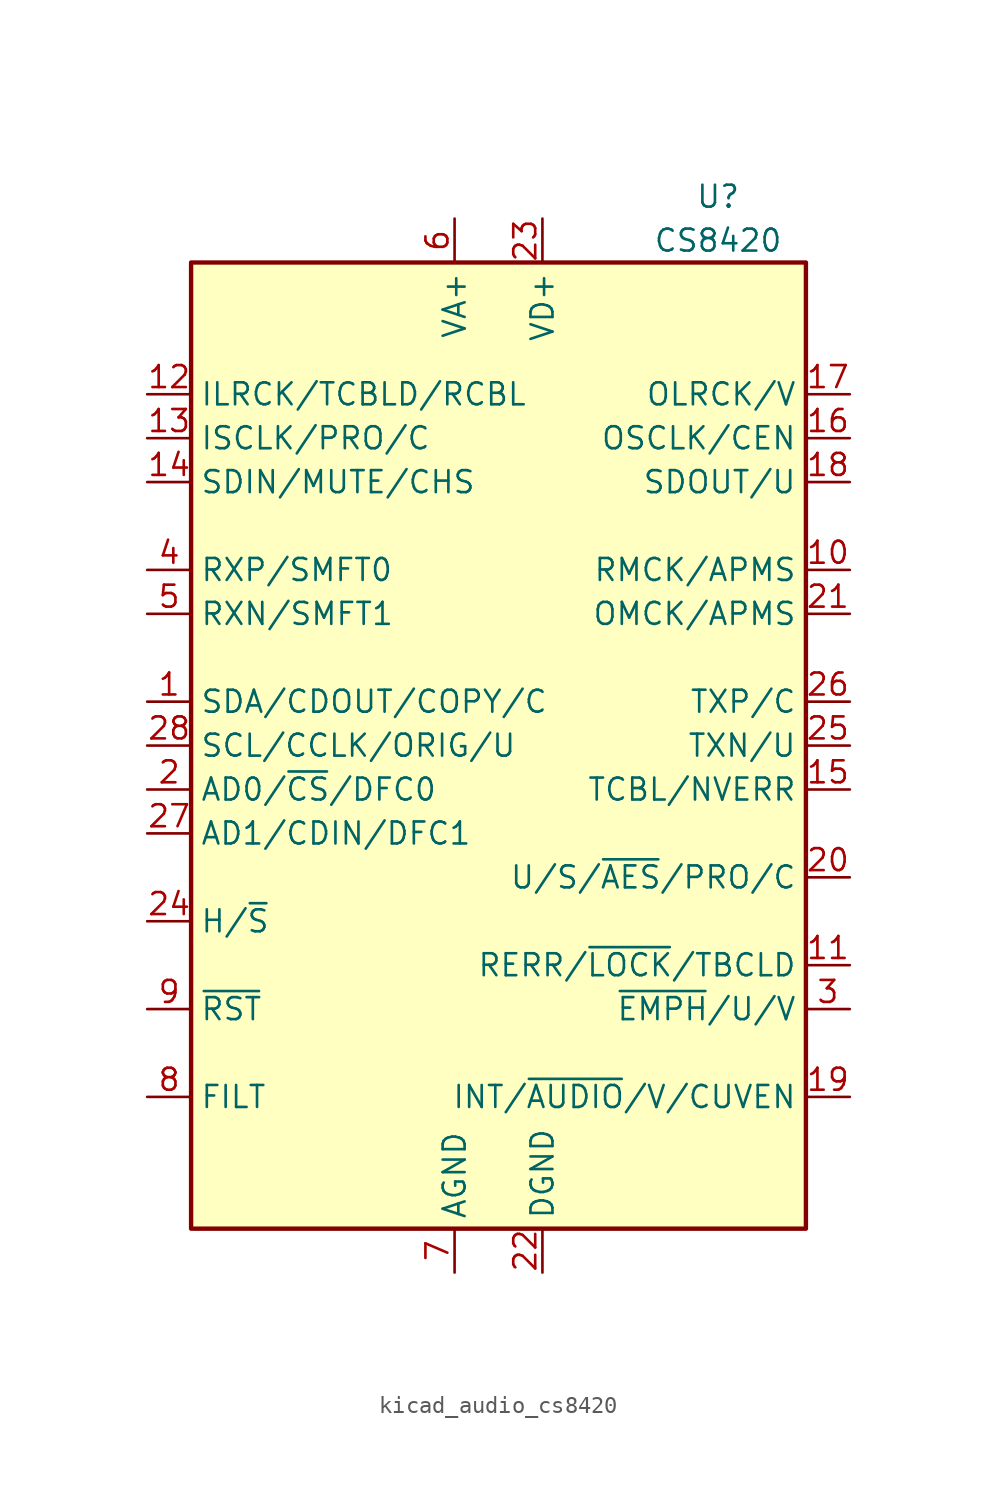
<source format=kicad_sym>
(kicad_symbol_lib
  (version 20220914)
  (generator kicad_symbol_editor)
  (symbol "kicad_audio_cs8420"
    (property "Reference" "U"
      (at 12.7 31.75 0)
      (effects (font (size 1.27 1.27))))
    (property "Value" "CS8420"
      (at 12.7 29.21 0)
      (effects (font (size 1.27 1.27))))
    (symbol "kicad_audio_cs8420_0_1"
      (rectangle (start -17.78 27.94) (end 17.78 -27.94) (stroke (width 0.254) (type default)) (fill (type background))))
    (symbol "kicad_audio_cs8420_1_1"
      (pin bidirectional line (at -20.32 2.54 0) (length 2.54) (name "SDA/CDOUT/COPY/C" (effects (font (size 1.27 1.27)))) (number "1" (effects (font (size 1.27 1.27)))))
      (pin bidirectional line (at 20.32 10.16 180) (length 2.54) (name "RMCK/APMS" (effects (font (size 1.27 1.27)))) (number "10" (effects (font (size 1.27 1.27)))))
      (pin output line (at 20.32 -12.7 180) (length 2.54) (name "RERR/~{LOCK}/TBCLD" (effects (font (size 1.27 1.27)))) (number "11" (effects (font (size 1.27 1.27)))))
      (pin bidirectional line (at -20.32 20.32 0) (length 2.54) (name "ILRCK/TCBLD/RCBL" (effects (font (size 1.27 1.27)))) (number "12" (effects (font (size 1.27 1.27)))))
      (pin bidirectional line (at -20.32 17.78 0) (length 2.54) (name "ISCLK/PRO/C" (effects (font (size 1.27 1.27)))) (number "13" (effects (font (size 1.27 1.27)))))
      (pin input line (at -20.32 15.24 0) (length 2.54) (name "SDIN/MUTE/CHS" (effects (font (size 1.27 1.27)))) (number "14" (effects (font (size 1.27 1.27)))))
      (pin bidirectional line (at 20.32 -2.54 180) (length 2.54) (name "TCBL/NVERR" (effects (font (size 1.27 1.27)))) (number "15" (effects (font (size 1.27 1.27)))))
      (pin bidirectional line (at 20.32 17.78 180) (length 2.54) (name "OSCLK/CEN" (effects (font (size 1.27 1.27)))) (number "16" (effects (font (size 1.27 1.27)))))
      (pin bidirectional line (at 20.32 20.32 180) (length 2.54) (name "OLRCK/V" (effects (font (size 1.27 1.27)))) (number "17" (effects (font (size 1.27 1.27)))))
      (pin bidirectional line (at 20.32 15.24 180) (length 2.54) (name "SDOUT/U" (effects (font (size 1.27 1.27)))) (number "18" (effects (font (size 1.27 1.27)))))
      (pin bidirectional line (at 20.32 -20.32 180) (length 2.54) (name "INT/~{AUDIO}/V/CUVEN" (effects (font (size 1.27 1.27)))) (number "19" (effects (font (size 1.27 1.27)))))
      (pin input line (at -20.32 -2.54 0) (length 2.54) (name "AD0/~{CS}/DFC0" (effects (font (size 1.27 1.27)))) (number "2" (effects (font (size 1.27 1.27)))))
      (pin bidirectional line (at 20.32 -7.62 180) (length 2.54) (name "U/S/~{AES}/PRO/C" (effects (font (size 1.27 1.27)))) (number "20" (effects (font (size 1.27 1.27)))))
      (pin input line (at 20.32 7.62 180) (length 2.54) (name "OMCK/APMS" (effects (font (size 1.27 1.27)))) (number "21" (effects (font (size 1.27 1.27)))))
      (pin power_in line (at 2.54 -30.48 90) (length 2.54) (name "DGND" (effects (font (size 1.27 1.27)))) (number "22" (effects (font (size 1.27 1.27)))))
      (pin power_in line (at 2.54 30.48 270) (length 2.54) (name "VD+" (effects (font (size 1.27 1.27)))) (number "23" (effects (font (size 1.27 1.27)))))
      (pin input line (at -20.32 -10.16 0) (length 2.54) (name "H/~{S}" (effects (font (size 1.27 1.27)))) (number "24" (effects (font (size 1.27 1.27)))))
      (pin output line (at 20.32 0 180) (length 2.54) (name "TXN/U" (effects (font (size 1.27 1.27)))) (number "25" (effects (font (size 1.27 1.27)))))
      (pin output line (at 20.32 2.54 180) (length 2.54) (name "TXP/C" (effects (font (size 1.27 1.27)))) (number "26" (effects (font (size 1.27 1.27)))))
      (pin input line (at -20.32 -5.08 0) (length 2.54) (name "AD1/CDIN/DFC1" (effects (font (size 1.27 1.27)))) (number "27" (effects (font (size 1.27 1.27)))))
      (pin bidirectional line (at -20.32 0 0) (length 2.54) (name "SCL/CCLK/ORIG/U" (effects (font (size 1.27 1.27)))) (number "28" (effects (font (size 1.27 1.27)))))
      (pin bidirectional line (at 20.32 -15.24 180) (length 2.54) (name "~{EMPH}/U/V" (effects (font (size 1.27 1.27)))) (number "3" (effects (font (size 1.27 1.27)))))
      (pin input line (at -20.32 10.16 0) (length 2.54) (name "RXP/SMFT0" (effects (font (size 1.27 1.27)))) (number "4" (effects (font (size 1.27 1.27)))))
      (pin input line (at -20.32 7.62 0) (length 2.54) (name "RXN/SMFT1" (effects (font (size 1.27 1.27)))) (number "5" (effects (font (size 1.27 1.27)))))
      (pin power_in line (at -2.54 30.48 270) (length 2.54) (name "VA+" (effects (font (size 1.27 1.27)))) (number "6" (effects (font (size 1.27 1.27)))))
      (pin power_in line (at -2.54 -30.48 90) (length 2.54) (name "AGND" (effects (font (size 1.27 1.27)))) (number "7" (effects (font (size 1.27 1.27)))))
      (pin passive line (at -20.32 -20.32 0) (length 2.54) (name "FILT" (effects (font (size 1.27 1.27)))) (number "8" (effects (font (size 1.27 1.27)))))
      (pin input line (at -20.32 -15.24 0) (length 2.54) (name "~{RST}" (effects (font (size 1.27 1.27)))) (number "9" (effects (font (size 1.27 1.27))))))))
</source>
